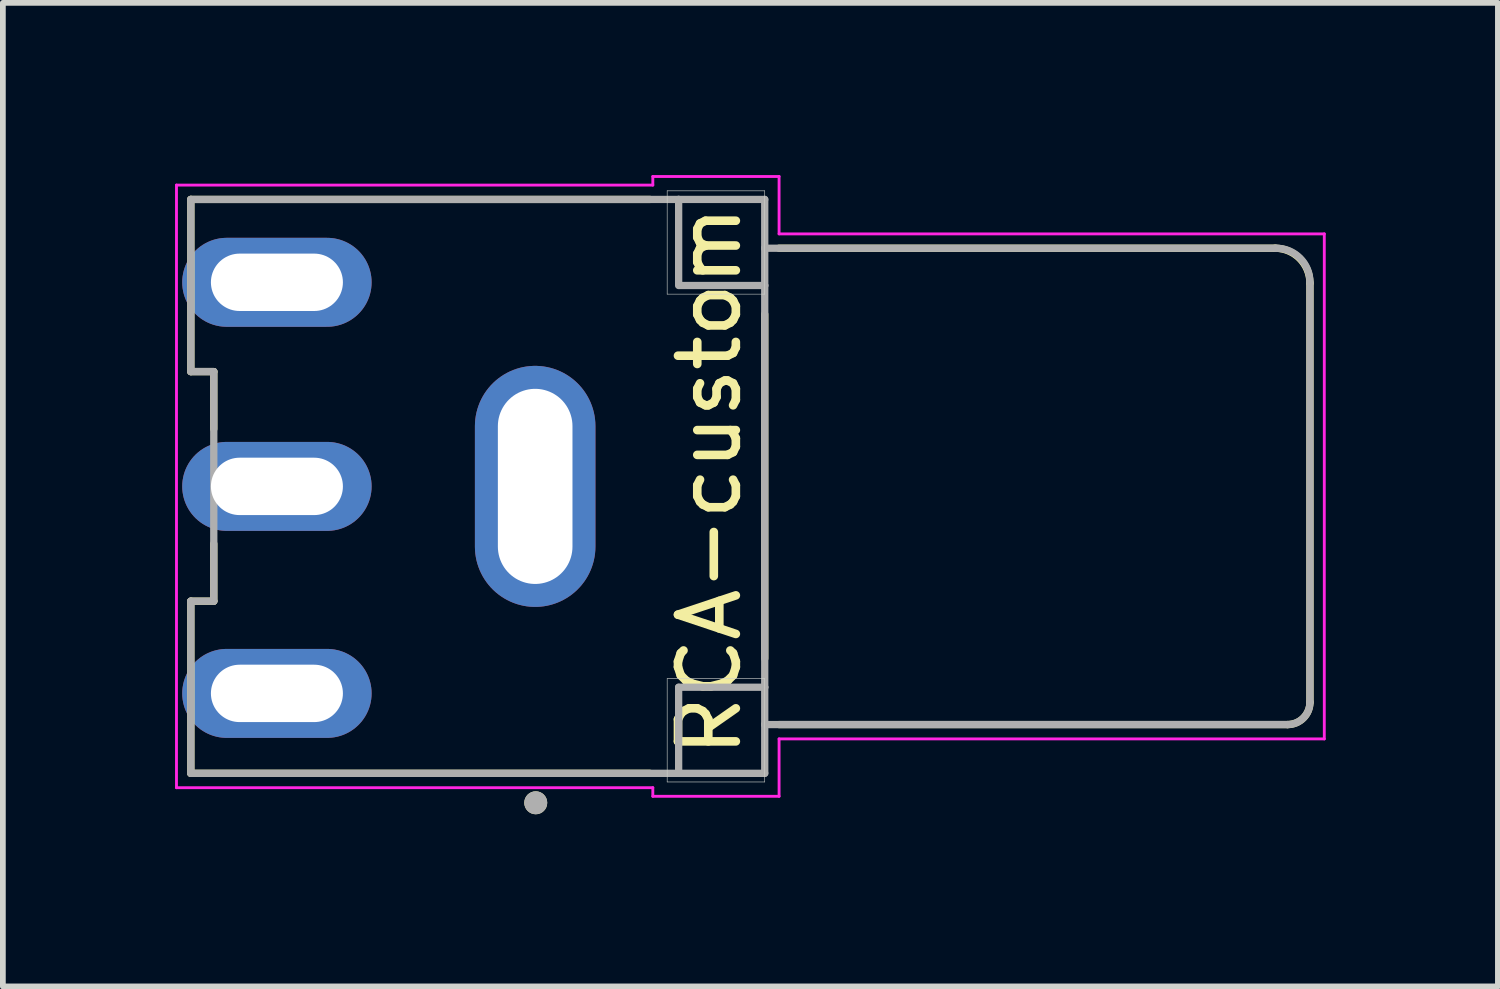
<source format=kicad_pcb>
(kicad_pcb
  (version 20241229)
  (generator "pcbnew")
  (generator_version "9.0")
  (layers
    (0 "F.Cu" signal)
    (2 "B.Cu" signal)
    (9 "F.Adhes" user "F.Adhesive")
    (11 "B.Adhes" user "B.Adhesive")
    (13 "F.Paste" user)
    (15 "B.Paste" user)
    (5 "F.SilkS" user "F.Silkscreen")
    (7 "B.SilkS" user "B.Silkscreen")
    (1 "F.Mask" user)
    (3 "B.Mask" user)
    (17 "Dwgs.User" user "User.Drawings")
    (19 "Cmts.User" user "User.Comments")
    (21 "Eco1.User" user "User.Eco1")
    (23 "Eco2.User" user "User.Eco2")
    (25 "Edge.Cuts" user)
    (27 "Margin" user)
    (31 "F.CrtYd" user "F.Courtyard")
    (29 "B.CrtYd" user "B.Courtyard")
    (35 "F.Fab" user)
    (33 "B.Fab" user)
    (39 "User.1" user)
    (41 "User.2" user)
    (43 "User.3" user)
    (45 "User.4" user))
  (footprint "RCA-custom"
    (layer "F.Cu")
    (at 10.275 5.425)
    (property "Reference" "RCA-custom" (at -0.962 -0.093 90) (layer "F.SilkS") (effects (font (size 1.008 1.008) (thickness 0.15))))
    (attr through_hole)
    (fp_line (start -10 -5) (end -2 -5) (stroke (width 0.127) (type solid)) (layer "F.SilkS"))
    (fp_line (start -10 -2) (end -10 -5) (stroke (width 0.127) (type solid)) (layer "F.SilkS"))
    (fp_line (start -10 2) (end -9.6 2) (stroke (width 0.127) (type solid)) (layer "F.SilkS"))
    (fp_line (start -10 5) (end -10 2) (stroke (width 0.127) (type solid)) (layer "F.SilkS"))
    (fp_line (start -10 5) (end -2 5) (stroke (width 0.127) (type solid)) (layer "F.SilkS"))
    (fp_line (start -9.6 -2) (end -10 -2) (stroke (width 0.127) (type solid)) (layer "F.SilkS"))
    (fp_line (start -9.6 2) (end -9.6 1) (stroke (width 0.127) (type solid)) (layer "F.SilkS"))
    (fp_line (start -9.6 -1) (end -9.6 -2) (stroke (width 0.127) (type solid)) (layer "F.SilkS"))
    (fp_line (start 0 3) (end 0 -3) (stroke (width 0.127) (type solid)) (layer "F.SilkS"))
    (fp_line (start 0.25 -4.15) (end 8.89 -4.15) (stroke (width 0.127) (type solid)) (layer "F.SilkS"))
    (fp_line (start 9.11 4.15) (end 0.25 4.15) (stroke (width 0.127) (type solid)) (layer "F.SilkS"))
    (fp_line (start 9.5 -3.54) (end 9.5 3.76) (stroke (width 0.127) (type solid)) (layer "F.SilkS"))
    (fp_arc (start 8.89 -4.15) (mid 9.321335 -3.971335) (end 9.499999 -3.54) (stroke (width 0.127) (type solid)) (layer "F.SilkS"))
    (fp_arc (start 9.5 3.76) (mid 9.385772 4.035772) (end 9.11 4.15) (stroke (width 0.127) (type solid)) (layer "F.SilkS"))
    (fp_circle (center -3.99 5.513) (end -3.89 5.513) (stroke (width 0.2) (type solid)) (fill no) (layer "F.SilkS"))
    (fp_line (start -1.7 -5.15) (end -1.7 -3.35) (stroke (width 0.01) (type solid)) (layer "Edge.Cuts"))
    (fp_line (start -1.7 -3.35) (end 0 -3.35) (stroke (width 0.01) (type solid)) (layer "Edge.Cuts"))
    (fp_line (start -1.7 3.35) (end -1.7 5.15) (stroke (width 0.01) (type solid)) (layer "Edge.Cuts"))
    (fp_line (start -1.7 5.15) (end 0 5.15) (stroke (width 0.01) (type solid)) (layer "Edge.Cuts"))
    (fp_line (start 0 -5.15) (end -1.7 -5.15) (stroke (width 0.01) (type solid)) (layer "Edge.Cuts"))
    (fp_line (start 0 -3.35) (end 0 -5.15) (stroke (width 0.01) (type solid)) (layer "Edge.Cuts"))
    (fp_line (start 0 3.35) (end -1.7 3.35) (stroke (width 0.01) (type solid)) (layer "Edge.Cuts"))
    (fp_line (start 0 5.15) (end 0 3.35) (stroke (width 0.01) (type solid)) (layer "Edge.Cuts"))
    (fp_line (start -10.25 -5.25) (end -10.25 5.25) (stroke (width 0.05) (type solid)) (layer "F.CrtYd"))
    (fp_line (start -10.25 5.25) (end -1.95 5.25) (stroke (width 0.05) (type solid)) (layer "F.CrtYd"))
    (fp_line (start -1.95 -5.4) (end -1.95 -5.25) (stroke (width 0.05) (type solid)) (layer "F.CrtYd"))
    (fp_line (start -1.95 -5.25) (end -10.25 -5.25) (stroke (width 0.05) (type solid)) (layer "F.CrtYd"))
    (fp_line (start -1.95 5.25) (end -1.95 5.4) (stroke (width 0.05) (type solid)) (layer "F.CrtYd"))
    (fp_line (start -1.95 5.4) (end 0.25 5.4) (stroke (width 0.05) (type solid)) (layer "F.CrtYd"))
    (fp_line (start 0.25 -5.4) (end -1.95 -5.4) (stroke (width 0.05) (type solid)) (layer "F.CrtYd"))
    (fp_line (start 0.25 -4.4) (end 0.25 -5.4) (stroke (width 0.05) (type solid)) (layer "F.CrtYd"))
    (fp_line (start 0.25 4.4) (end 9.75 4.4) (stroke (width 0.05) (type solid)) (layer "F.CrtYd"))
    (fp_line (start 0.25 5.4) (end 0.25 4.4) (stroke (width 0.05) (type solid)) (layer "F.CrtYd"))
    (fp_line (start 9.75 -4.4) (end 0.25 -4.4) (stroke (width 0.05) (type solid)) (layer "F.CrtYd"))
    (fp_line (start 9.75 4.4) (end 9.75 -4.4) (stroke (width 0.05) (type solid)) (layer "F.CrtYd"))
    (fp_line (start -10 -5) (end -1.5 -5) (stroke (width 0.127) (type solid)) (layer "F.Fab"))
    (fp_line (start -10 -2) (end -10 -5) (stroke (width 0.127) (type solid)) (layer "F.Fab"))
    (fp_line (start -10 2) (end -9.6 2) (stroke (width 0.127) (type solid)) (layer "F.Fab"))
    (fp_line (start -10 5) (end -10 2) (stroke (width 0.127) (type solid)) (layer "F.Fab"))
    (fp_line (start -9.6 -2) (end -10 -2) (stroke (width 0.127) (type solid)) (layer "F.Fab"))
    (fp_line (start -9.6 2) (end -9.6 -2) (stroke (width 0.127) (type solid)) (layer "F.Fab"))
    (fp_line (start -1.5 -5) (end -1.5 -3.525) (stroke (width 0.127) (type solid)) (layer "F.Fab"))
    (fp_line (start -1.5 -5) (end 0 -5) (stroke (width 0.127) (type solid)) (layer "F.Fab"))
    (fp_line (start -1.5 -3.5) (end 0 -3.5) (stroke (width 0.127) (type solid)) (layer "F.Fab"))
    (fp_line (start -1.5 3.5) (end 0 3.5) (stroke (width 0.127) (type solid)) (layer "F.Fab"))
    (fp_line (start -1.5 5) (end -10 5) (stroke (width 0.127) (type solid)) (layer "F.Fab"))
    (fp_line (start -1.5 5) (end -1.5 3.5) (stroke (width 0.127) (type solid)) (layer "F.Fab"))
    (fp_line (start 0 -5) (end 0 -4.15) (stroke (width 0.127) (type solid)) (layer "F.Fab"))
    (fp_line (start 0 -4.15) (end 0 -3.5) (stroke (width 0.127) (type solid)) (layer "F.Fab"))
    (fp_line (start 0 -4.15) (end 8.91 -4.15) (stroke (width 0.127) (type solid)) (layer "F.Fab"))
    (fp_line (start 0 -3.5) (end 0 3.5) (stroke (width 0.127) (type solid)) (layer "F.Fab"))
    (fp_line (start 0 3.5) (end 0 4.15) (stroke (width 0.127) (type solid)) (layer "F.Fab"))
    (fp_line (start 0 4.15) (end 0 5) (stroke (width 0.127) (type solid)) (layer "F.Fab"))
    (fp_line (start 0 5) (end -1.5 5) (stroke (width 0.127) (type solid)) (layer "F.Fab"))
    (fp_line (start 9.11 4.15) (end 0 4.15) (stroke (width 0.127) (type solid)) (layer "F.Fab"))
    (fp_line (start 9.5 -3.56) (end 9.5 3.76) (stroke (width 0.127) (type solid)) (layer "F.Fab"))
    (fp_arc (start 8.91 -4.150001) (mid 9.327193 -3.977194) (end 9.5 -3.560001) (stroke (width 0.127) (type solid)) (layer "F.Fab"))
    (fp_arc (start 9.5 3.76) (mid 9.385772 4.035772) (end 9.11 4.15) (stroke (width 0.127) (type solid)) (layer "F.Fab"))
    (fp_circle (center -3.99 5.513) (end -3.89 5.513) (stroke (width 0.2) (type solid)) (fill no) (layer "F.Fab"))
    (pad "1" thru_hole oval (at -8.5 -3.556) (size 3.3 1.55) (drill oval 2.3 1) (layers "*.Cu" "*.Mask"))
    (pad "1" thru_hole oval (at -8.5 3.607) (size 3.3 1.55) (drill oval 2.3 1) (layers "*.Cu" "*.Mask"))
    (pad "1" thru_hole oval (at -8.5 0) (size 3.3 1.55) (drill oval 2.3 1) (layers "*.Cu" "*.Mask"))
    (pad "2" thru_hole oval (at -4 0) (size 2.1 4.2) (drill oval 1.3 3.4) (layers "*.Cu" "*.Mask")))
  (gr_rect
    (start -3 -3)
    (end 23.05 14.138)
    (stroke (width 0.1) (type default))
    (fill no)
    (layer "Edge.Cuts")))
</source>
